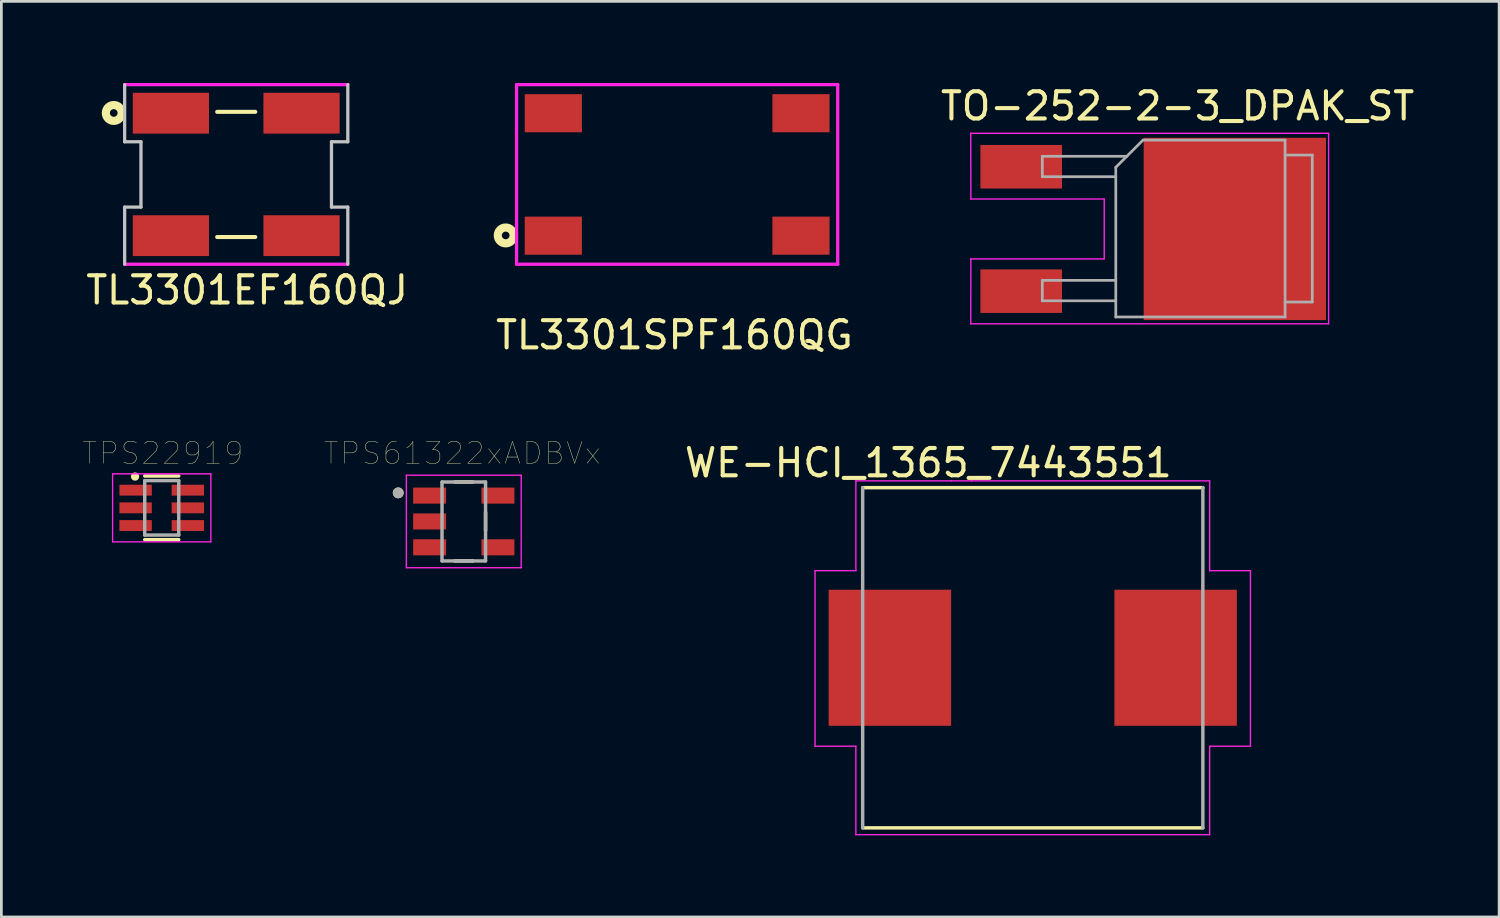
<source format=kicad_pcb>
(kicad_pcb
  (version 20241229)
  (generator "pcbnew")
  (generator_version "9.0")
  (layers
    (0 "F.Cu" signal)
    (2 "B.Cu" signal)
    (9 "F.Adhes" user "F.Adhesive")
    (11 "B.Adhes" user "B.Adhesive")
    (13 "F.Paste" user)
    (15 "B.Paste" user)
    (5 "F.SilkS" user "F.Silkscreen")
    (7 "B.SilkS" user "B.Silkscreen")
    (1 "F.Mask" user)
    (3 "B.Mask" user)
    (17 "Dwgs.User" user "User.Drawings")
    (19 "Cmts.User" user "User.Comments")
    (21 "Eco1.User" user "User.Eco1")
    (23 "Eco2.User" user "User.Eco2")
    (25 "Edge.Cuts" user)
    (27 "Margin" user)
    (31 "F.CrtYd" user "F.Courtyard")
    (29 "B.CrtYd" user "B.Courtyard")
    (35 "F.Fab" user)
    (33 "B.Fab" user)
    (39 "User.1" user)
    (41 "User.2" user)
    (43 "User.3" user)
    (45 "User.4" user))
  (footprint "TO-252-2-3_DPAK_ST"
    (layer "F.Cu")
    (at 39.325 5.363)
    (property "Reference" "TO-252-2-3_DPAK_ST" (at 0.895 -4.515 0) (layer "F.SilkS") (effects (font (size 1 1) (thickness 0.15))))
    (attr smd)
    (fp_line (start -6.705 -3.515) (end -6.7 -1.1) (stroke (width 0.05) (type solid)) (layer "F.CrtYd"))
    (fp_line (start -6.705 3.485) (end -6.7 1.1) (stroke (width 0.05) (type solid)) (layer "F.CrtYd"))
    (fp_line (start -6.705 3.485) (end 6.445 3.485) (stroke (width 0.05) (type solid)) (layer "F.CrtYd"))
    (fp_line (start -6.7 -1.1) (end -1.8 -1.1) (stroke (width 0.05) (type solid)) (layer "F.CrtYd"))
    (fp_line (start -1.8 -1.1) (end -1.8 1.1) (stroke (width 0.05) (type solid)) (layer "F.CrtYd"))
    (fp_line (start -1.8 1.1) (end -6.7 1.1) (stroke (width 0.05) (type solid)) (layer "F.CrtYd"))
    (fp_line (start 6.445 -3.515) (end -6.705 -3.515) (stroke (width 0.05) (type solid)) (layer "F.CrtYd"))
    (fp_line (start 6.445 3.485) (end 6.445 -3.515) (stroke (width 0.05) (type solid)) (layer "F.CrtYd"))
    (fp_line (start -4.075 -2.67) (end -4.075 -1.92) (stroke (width 0.1) (type solid)) (layer "F.Fab"))
    (fp_line (start -4.075 -1.92) (end -1.375 -1.92) (stroke (width 0.1) (type solid)) (layer "F.Fab"))
    (fp_line (start -4.075 1.89) (end -4.075 2.64) (stroke (width 0.1) (type solid)) (layer "F.Fab"))
    (fp_line (start -4.075 2.64) (end -1.375 2.64) (stroke (width 0.1) (type solid)) (layer "F.Fab"))
    (fp_line (start -1.375 -2.265) (end -0.375 -3.265) (stroke (width 0.1) (type solid)) (layer "F.Fab"))
    (fp_line (start -1.375 1.89) (end -4.075 1.89) (stroke (width 0.1) (type solid)) (layer "F.Fab"))
    (fp_line (start -1.375 3.235) (end -1.375 -2.265) (stroke (width 0.1) (type solid)) (layer "F.Fab"))
    (fp_line (start -0.97 -2.67) (end -4.075 -2.67) (stroke (width 0.1) (type solid)) (layer "F.Fab"))
    (fp_line (start -0.375 -3.265) (end 4.845 -3.265) (stroke (width 0.1) (type solid)) (layer "F.Fab"))
    (fp_line (start 4.845 -3.265) (end 4.845 3.235) (stroke (width 0.1) (type solid)) (layer "F.Fab"))
    (fp_line (start 4.845 -2.715) (end 5.845 -2.715) (stroke (width 0.1) (type solid)) (layer "F.Fab"))
    (fp_line (start 4.845 3.235) (end -1.375 3.235) (stroke (width 0.1) (type solid)) (layer "F.Fab"))
    (fp_line (start 5.845 -2.715) (end 5.845 2.685) (stroke (width 0.1) (type solid)) (layer "F.Fab"))
    (fp_line (start 5.845 2.685) (end 4.845 2.685) (stroke (width 0.1) (type solid)) (layer "F.Fab"))
    (pad "" smd rect (at 1.32 -1.54) (size 3.05 2.75) (layers "F.Paste"))
    (pad "" smd rect (at 1.32 1.51) (size 3.05 2.75) (layers "F.Paste"))
    (pad "" smd rect (at 4.67 -1.54) (size 3.05 2.75) (layers "F.Paste"))
    (pad "" smd rect (at 4.67 1.51) (size 3.05 2.75) (layers "F.Paste"))
    (pad "1" smd rect (at -4.85 -2.286) (size 3 1.6) (layers "F.Cu" "F.Mask" "F.Paste"))
    (pad "2" smd rect (at -4.85 2.286) (size 3 1.6) (layers "F.Cu" "F.Mask" "F.Paste"))
    (pad "3" smd rect (at 3 0) (size 6.7 6.7) (layers "F.Cu" "F.Mask")))
  (footprint "TPS22919"
    (layer "F.Cu")
    (at 2.893 15.611)
    (property "Reference" "TPS22919" (at 0.04 -2.008 0) (layer "F.SilkS") (effects (font (size 0.8 0.8) (thickness 0.015))))
    (attr through_hole)
    (fp_line (start -0.625 -1.17) (end 0.625 -1.17) (stroke (width 0.127) (type solid)) (layer "F.SilkS"))
    (fp_line (start -0.625 1.17) (end 0.625 1.17) (stroke (width 0.127) (type solid)) (layer "F.SilkS"))
    (fp_circle (center -0.98 -1.15) (end -0.92 -1.1) (stroke (width 0.15) (type solid)) (fill no) (layer "F.SilkS"))
    (fp_line (start -1.805 -1.25) (end -1.805 1.25) (stroke (width 0.05) (type solid)) (layer "F.CrtYd"))
    (fp_line (start -1.805 1.25) (end 1.805 1.25) (stroke (width 0.05) (type solid)) (layer "F.CrtYd"))
    (fp_line (start 1.805 -1.25) (end -1.805 -1.25) (stroke (width 0.05) (type solid)) (layer "F.CrtYd"))
    (fp_line (start 1.805 1.25) (end 1.805 -1.25) (stroke (width 0.05) (type solid)) (layer "F.CrtYd"))
    (fp_line (start -0.625 -1) (end -0.625 1) (stroke (width 0.127) (type solid)) (layer "F.Fab"))
    (fp_line (start -0.625 1) (end 0.625 1) (stroke (width 0.127) (type solid)) (layer "F.Fab"))
    (fp_line (start 0.625 -1) (end -0.625 -1) (stroke (width 0.127) (type solid)) (layer "F.Fab"))
    (fp_line (start 0.625 1) (end 0.625 -1) (stroke (width 0.127) (type solid)) (layer "F.Fab"))
    (pad "1" smd rect (at -0.96 -0.65) (size 1.19 0.4) (layers "F.Cu" "F.Mask" "F.Paste"))
    (pad "2" smd rect (at -0.96 0) (size 1.19 0.4) (layers "F.Cu" "F.Mask" "F.Paste"))
    (pad "3" smd rect (at -0.96 0.65) (size 1.19 0.4) (layers "F.Cu" "F.Mask" "F.Paste"))
    (pad "4" smd rect (at 0.96 0.65) (size 1.19 0.4) (layers "F.Cu" "F.Mask" "F.Paste"))
    (pad "5" smd rect (at 0.96 0) (size 1.19 0.4) (layers "F.Cu" "F.Mask" "F.Paste"))
    (pad "6" smd rect (at 0.96 -0.65) (size 1.19 0.4) (layers "F.Cu" "F.Mask" "F.Paste")))
  (footprint "WE-HCI_1365_7443551"
    (layer "F.Cu")
    (at 34.899 21.12)
    (property "Reference" "WE-HCI_1365_7443551" (at -3.839 -7.161 0) (layer "F.SilkS") (effects (font (size 1.004 1.004) (thickness 0.15))))
    (attr smd)
    (fp_line (start -6.25 6.25) (end 6.25 6.25) (stroke (width 0.127) (type solid)) (layer "F.SilkS"))
    (fp_line (start 6.25 -6.25) (end -6.25 -6.25) (stroke (width 0.127) (type solid)) (layer "F.SilkS"))
    (fp_line (start -8 -3.2) (end -8 3.25) (stroke (width 0.05) (type solid)) (layer "F.CrtYd"))
    (fp_line (start -8 3.25) (end -6.5 3.25) (stroke (width 0.05) (type solid)) (layer "F.CrtYd"))
    (fp_line (start -6.5 -3.2) (end -8 -3.2) (stroke (width 0.05) (type solid)) (layer "F.CrtYd"))
    (fp_line (start -6.5 -3.2) (end -6.5 -6.5) (stroke (width 0.05) (type solid)) (layer "F.CrtYd"))
    (fp_line (start -6.5 6.5) (end -6.5 3.25) (stroke (width 0.05) (type solid)) (layer "F.CrtYd"))
    (fp_line (start -6.5 6.5) (end 6.5 6.5) (stroke (width 0.05) (type solid)) (layer "F.CrtYd"))
    (fp_line (start -3 -6.5) (end -6.5 -6.5) (stroke (width 0.05) (type solid)) (layer "F.CrtYd"))
    (fp_line (start -2.25 -6.5) (end -3 -6.5) (stroke (width 0.05) (type solid)) (layer "F.CrtYd"))
    (fp_line (start 6.5 -6.5) (end -2.25 -6.5) (stroke (width 0.05) (type solid)) (layer "F.CrtYd"))
    (fp_line (start 6.5 -3.2) (end 6.5 -6.5) (stroke (width 0.05) (type solid)) (layer "F.CrtYd"))
    (fp_line (start 6.5 -3.2) (end 8 -3.2) (stroke (width 0.05) (type solid)) (layer "F.CrtYd"))
    (fp_line (start 6.5 6.5) (end 6.5 3.25) (stroke (width 0.05) (type solid)) (layer "F.CrtYd"))
    (fp_line (start 8 -3.2) (end 8 3.25) (stroke (width 0.05) (type solid)) (layer "F.CrtYd"))
    (fp_line (start 8 3.25) (end 6.5 3.25) (stroke (width 0.05) (type solid)) (layer "F.CrtYd"))
    (fp_line (start -6.25 -6.25) (end -6.25 6.25) (stroke (width 0.127) (type solid)) (layer "F.Fab"))
    (fp_line (start 6.25 6.25) (end 6.25 -6.25) (stroke (width 0.127) (type solid)) (layer "F.Fab"))
    (pad "1" smd rect (at -5.25 0 180) (size 4.5 5) (layers "F.Cu" "F.Mask" "F.Paste"))
    (pad "2" smd rect (at 5.25 0 180) (size 4.5 5) (layers "F.Cu" "F.Mask" "F.Paste")))
  (footprint "TPS61322xADBVx"
    (layer "F.Cu")
    (at 13.992 16.111)
    (property "Reference" "TPS61322xADBVx" (at -0.06 -2.508 0) (layer "F.SilkS") (effects (font (size 0.8 0.8) (thickness 0.015))))
    (attr through_hole)
    (fp_line (start -0.33 -1.45) (end 0.33 -1.45) (stroke (width 0.127) (type solid)) (layer "F.SilkS"))
    (fp_line (start 0.33 1.45) (end -0.33 1.45) (stroke (width 0.127) (type solid)) (layer "F.SilkS"))
    (fp_line (start 0.8 -0.335) (end 0.8 0.335) (stroke (width 0.127) (type solid)) (layer "F.SilkS"))
    (fp_circle (center -2.41 -1.05) (end -2.31 -1.05) (stroke (width 0.2) (type solid)) (fill no) (layer "F.SilkS"))
    (fp_line (start -2.11 -1.7) (end 2.11 -1.7) (stroke (width 0.05) (type solid)) (layer "F.CrtYd"))
    (fp_line (start -2.11 1.7) (end -2.11 -1.7) (stroke (width 0.05) (type solid)) (layer "F.CrtYd"))
    (fp_line (start 2.11 -1.7) (end 2.11 1.7) (stroke (width 0.05) (type solid)) (layer "F.CrtYd"))
    (fp_line (start 2.11 1.7) (end -2.11 1.7) (stroke (width 0.05) (type solid)) (layer "F.CrtYd"))
    (fp_line (start -0.8 -1.45) (end 0.8 -1.45) (stroke (width 0.127) (type solid)) (layer "F.Fab"))
    (fp_line (start -0.8 1.45) (end -0.8 -1.45) (stroke (width 0.127) (type solid)) (layer "F.Fab"))
    (fp_line (start 0.8 -1.45) (end 0.8 1.45) (stroke (width 0.127) (type solid)) (layer "F.Fab"))
    (fp_line (start 0.8 1.45) (end -0.8 1.45) (stroke (width 0.127) (type solid)) (layer "F.Fab"))
    (fp_circle (center -2.41 -1.05) (end -2.31 -1.05) (stroke (width 0.2) (type solid)) (fill no) (layer "F.Fab"))
    (pad "1" smd rect (at -1.255 -0.95) (size 1.21 0.59) (layers "F.Cu" "F.Mask" "F.Paste"))
    (pad "2" smd rect (at -1.255 0) (size 1.21 0.59) (layers "F.Cu" "F.Mask" "F.Paste"))
    (pad "3" smd rect (at -1.255 0.95) (size 1.21 0.59) (layers "F.Cu" "F.Mask" "F.Paste"))
    (pad "4" smd rect (at 1.255 0.95) (size 1.21 0.59) (layers "F.Cu" "F.Mask" "F.Paste"))
    (pad "5" smd rect (at 1.255 -0.95) (size 1.21 0.59) (layers "F.Cu" "F.Mask" "F.Paste")))
  (footprint "TL3301EF160QJ"
    (layer "F.Cu")
    (at 5.63 3.36)
    (property "Reference" "TL3301EF160QJ" (at 0.4 4.25 0) (layer "F.SilkS") (effects (font (size 1 1) (thickness 0.15))))
    (attr through_hole)
    (fp_line (start -0.7 2.3) (end 0.7 2.3) (stroke (width 0.15) (type solid)) (layer "F.SilkS"))
    (fp_line (start 0.7 -2.3) (end -0.7 -2.3) (stroke (width 0.15) (type solid)) (layer "F.SilkS"))
    (fp_circle (center -4.5 -2.259) (end -4.359 -2.259) (stroke (width 0.3) (type solid)) (fill no) (layer "F.SilkS"))
    (fp_line (start -4.1 -1.2) (end -4.1 -3.3) (stroke (width 0.12) (type solid)) (layer "Dwgs.User"))
    (fp_line (start -4.1 -1.2) (end -3.5 -1.2) (stroke (width 0.12) (type solid)) (layer "Dwgs.User"))
    (fp_line (start -4.1 3.3) (end -4.1 1.2) (stroke (width 0.12) (type solid)) (layer "Dwgs.User"))
    (fp_line (start -3.5 -1.2) (end -3.5 1.2) (stroke (width 0.12) (type solid)) (layer "Dwgs.User"))
    (fp_line (start -3.5 1.2) (end -4.1 1.2) (stroke (width 0.12) (type solid)) (layer "Dwgs.User"))
    (fp_line (start 3.5 -1.2) (end 4.1 -1.2) (stroke (width 0.12) (type solid)) (layer "Dwgs.User"))
    (fp_line (start 3.5 1.2) (end 3.5 -1.2) (stroke (width 0.12) (type solid)) (layer "Dwgs.User"))
    (fp_line (start 4.1 -3.3) (end 4.1 -1.2) (stroke (width 0.12) (type solid)) (layer "Dwgs.User"))
    (fp_line (start 4.1 1.2) (end 3.5 1.2) (stroke (width 0.12) (type solid)) (layer "Dwgs.User"))
    (fp_line (start 4.1 1.2) (end 4.1 3.3) (stroke (width 0.12) (type solid)) (layer "Dwgs.User"))
    (fp_line (start -4.1 3.3) (end 4.1 3.3) (stroke (width 0.12) (type solid)) (layer "F.CrtYd"))
    (fp_line (start 4.1 -3.3) (end -4.1 -3.3) (stroke (width 0.12) (type solid)) (layer "F.CrtYd"))
    (pad "1" smd rect (at -2.4 -2.25 180) (size 2.8 1.5) (layers "F.Cu" "F.Mask" "F.Paste"))
    (pad "2" smd rect (at 2.4 -2.25 180) (size 2.8 1.5) (layers "F.Cu" "F.Mask" "F.Paste"))
    (pad "3" smd rect (at -2.4 2.25) (size 2.8 1.5) (layers "F.Cu" "F.Mask" "F.Paste"))
    (pad "4" smd rect (at 2.4 2.25) (size 2.8 1.5) (layers "F.Cu" "F.Mask" "F.Paste")))
  (footprint "TL3301SPF160QG"
    (layer "F.Cu")
    (at 21.832 3.36)
    (property "Reference" "TL3301SPF160QG" (at -0.1 5.9 0) (layer "F.SilkS") (effects (font (size 1 1) (thickness 0.15))))
    (attr through_hole)
    (fp_circle (center -6.3 2.241) (end -6.159 2.241) (stroke (width 0.3) (type solid)) (fill no) (layer "F.SilkS"))
    (fp_line (start -5.9 -3.3) (end -5.9 3.3) (stroke (width 0.12) (type solid)) (layer "F.CrtYd"))
    (fp_line (start -5.9 -3.3) (end 5.9 -3.3) (stroke (width 0.12) (type solid)) (layer "F.CrtYd"))
    (fp_line (start 5.9 3.3) (end -5.9 3.3) (stroke (width 0.12) (type solid)) (layer "F.CrtYd"))
    (fp_line (start 5.9 3.3) (end 5.9 -3.3) (stroke (width 0.12) (type solid)) (layer "F.CrtYd"))
    (pad "1" smd rect (at -4.55 2.25) (size 2.1 1.4) (layers "F.Cu" "F.Mask" "F.Paste"))
    (pad "2" smd rect (at 4.55 2.25 180) (size 2.1 1.4) (layers "F.Cu" "F.Mask" "F.Paste"))
    (pad "3" smd rect (at -4.55 -2.25) (size 2.1 1.4) (layers "F.Cu" "F.Mask" "F.Paste"))
    (pad "4" smd rect (at 4.55 -2.25 180) (size 2.1 1.4) (layers "F.Cu" "F.Mask" "F.Paste")))
  (gr_rect
    (start -3 -3)
    (end 52.036 30.645)
    (stroke (width 0.1) (type default))
    (fill no)
    (layer "Edge.Cuts")))
</source>
